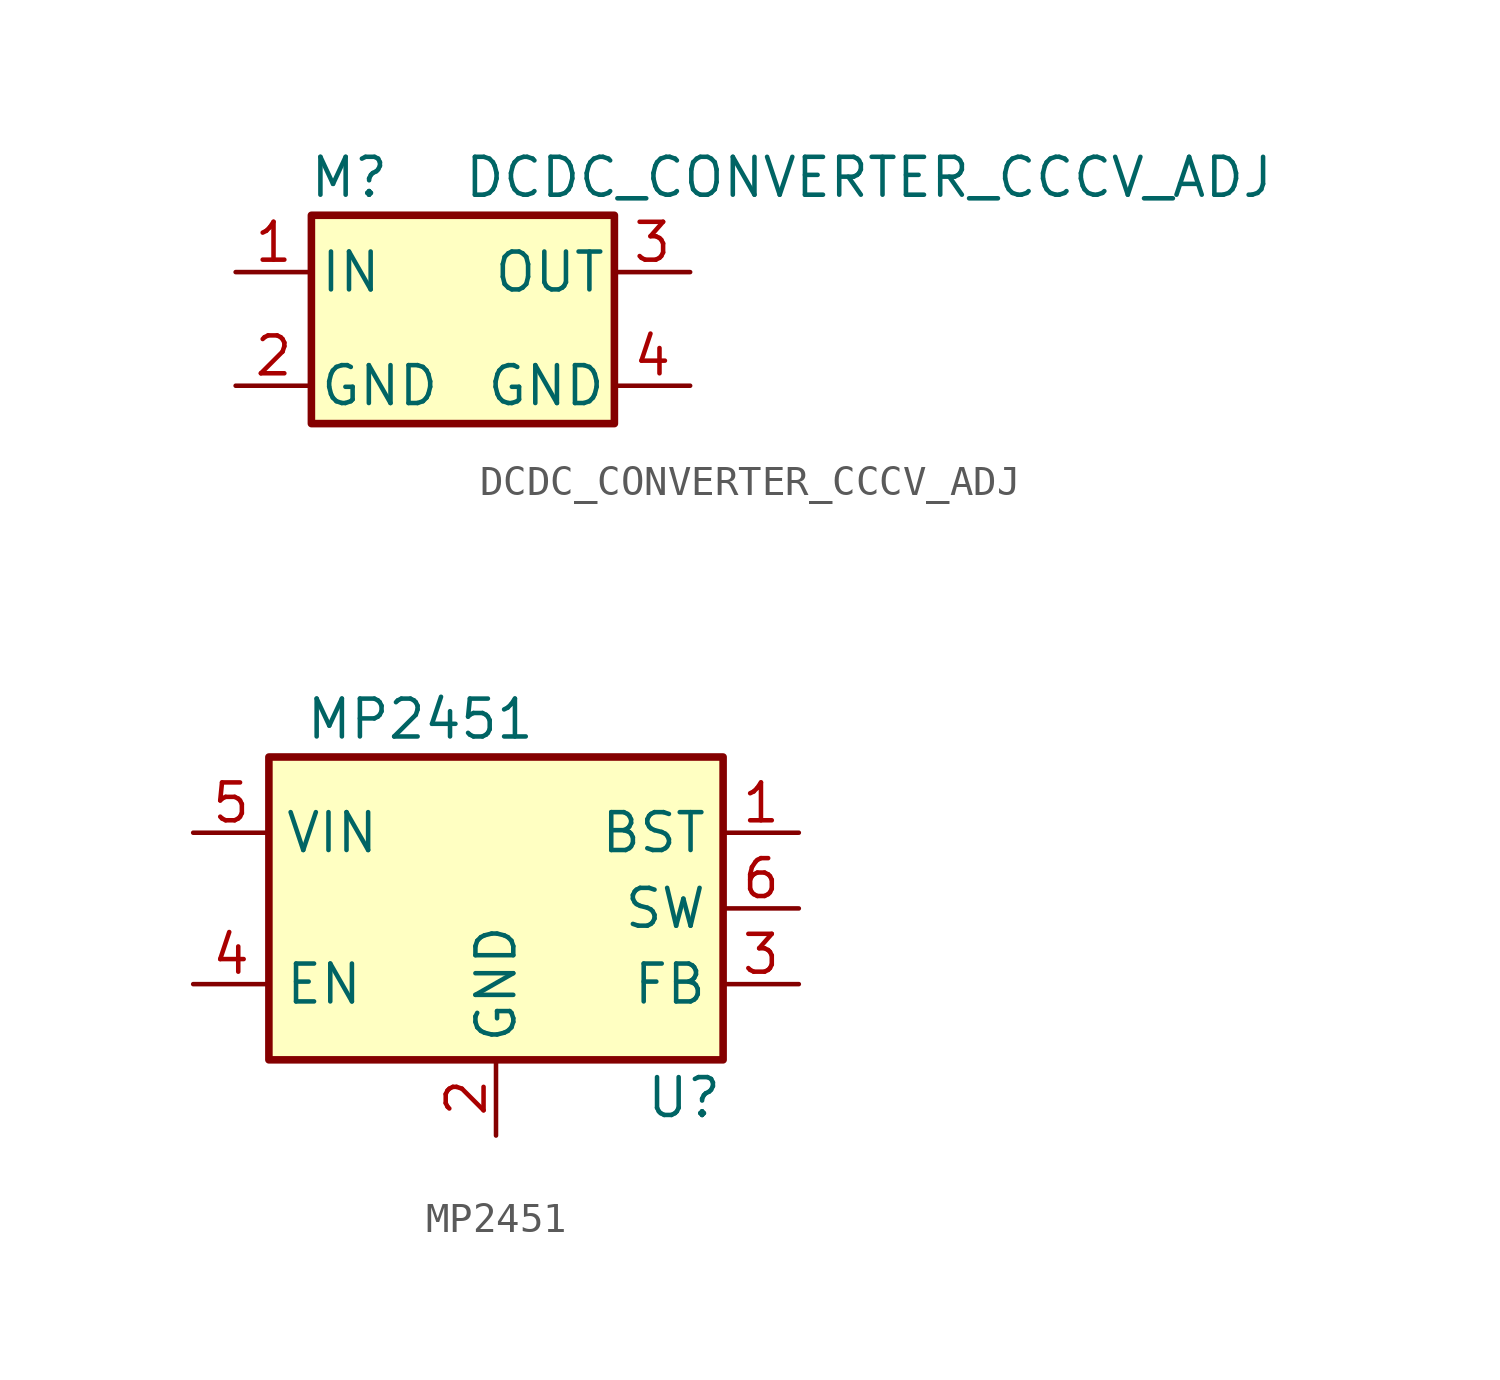
<source format=kicad_sym>
(kicad_symbol_lib
  (version 20220914)
  (generator kicad_symbol_editor)
  (symbol "DCDC_CONVERTER_CCCV_ADJ"
    (pin_names
      (offset 0.254))
    (property "Reference" "M"
      (at -3.81 3.175 0)
      (effects (font (size 1.27 1.27))))
    (property "Value" "DCDC_CONVERTER_CCCV_ADJ"
      (at 0 3.175 0)
      (effects (font (size 1.27 1.27)) (justify left)))
    (symbol "DCDC_CONVERTER_CCCV_ADJ_0_1"
      (rectangle (start -5.08 1.905) (end 5.08 -5.08) (stroke (width 0.254) (type default)) (fill (type background))))
    (symbol "DCDC_CONVERTER_CCCV_ADJ_1_1"
      (pin power_in line (at -7.62 0 0) (length 2.54) (name "IN" (effects (font (size 1.27 1.27)))) (number "1" (effects (font (size 1.27 1.27)))))
      (pin power_in line (at -7.62 -3.81 0) (length 2.54) (name "GND" (effects (font (size 1.27 1.27)))) (number "2" (effects (font (size 1.27 1.27)))))
      (pin power_out line (at 7.62 0 180) (length 2.54) (name "OUT" (effects (font (size 1.27 1.27)))) (number "3" (effects (font (size 1.27 1.27)))))
      (pin power_in line (at 7.62 -3.81 180) (length 2.54) (name "GND" (effects (font (size 1.27 1.27)))) (number "4" (effects (font (size 1.27 1.27)))))))
  (symbol "MP2451"
    (property "Reference" "U"
      (at 7.62 -6.35 0)
      (effects (font (size 1.27 1.27)) (justify right)))
    (property "Value" "MP2451"
      (at -2.54 6.35 0)
      (effects (font (size 1.27 1.27))))
    (symbol "MP2451_0_1"
      (rectangle (start -7.62 5.08) (end 7.62 -5.08) (stroke (width 0.254) (type default)) (fill (type background))))
    (symbol "MP2451_1_1"
      (pin input line (at 10.16 2.54 180) (length 2.54) (name "BST" (effects (font (size 1.27 1.27)))) (number "1" (effects (font (size 1.27 1.27)))))
      (pin power_in line (at 0 -7.62 90) (length 2.54) (name "GND" (effects (font (size 1.27 1.27)))) (number "2" (effects (font (size 1.27 1.27)))))
      (pin input line (at 10.16 -2.54 180) (length 2.54) (name "FB" (effects (font (size 1.27 1.27)))) (number "3" (effects (font (size 1.27 1.27)))))
      (pin input line (at -10.16 -2.54 0) (length 2.54) (name "EN" (effects (font (size 1.27 1.27)))) (number "4" (effects (font (size 1.27 1.27)))))
      (pin power_in line (at -10.16 2.54 0) (length 2.54) (name "VIN" (effects (font (size 1.27 1.27)))) (number "5" (effects (font (size 1.27 1.27)))))
      (pin power_out line (at 10.16 0 180) (length 2.54) (name "SW" (effects (font (size 1.27 1.27)))) (number "6" (effects (font (size 1.27 1.27))))))))
</source>
